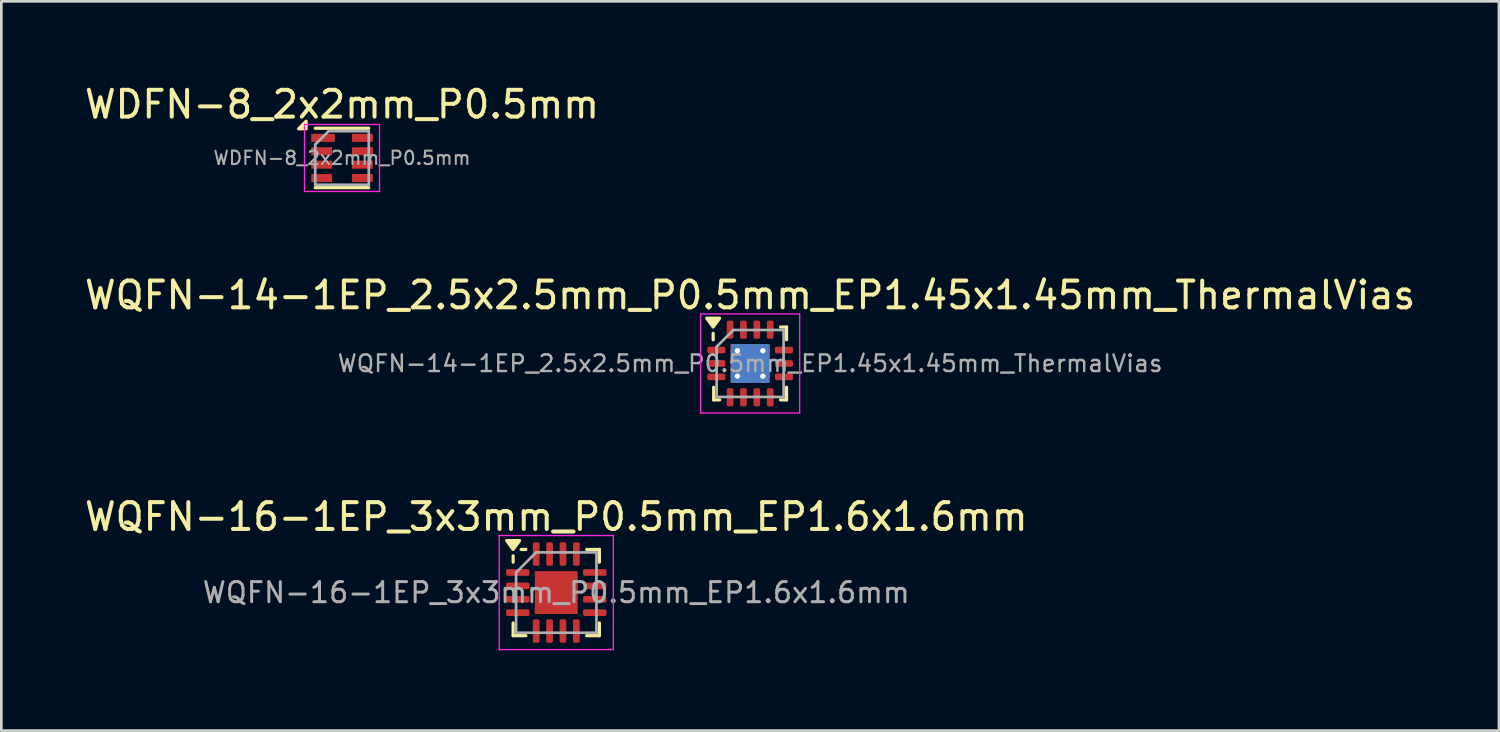
<source format=kicad_pcb>
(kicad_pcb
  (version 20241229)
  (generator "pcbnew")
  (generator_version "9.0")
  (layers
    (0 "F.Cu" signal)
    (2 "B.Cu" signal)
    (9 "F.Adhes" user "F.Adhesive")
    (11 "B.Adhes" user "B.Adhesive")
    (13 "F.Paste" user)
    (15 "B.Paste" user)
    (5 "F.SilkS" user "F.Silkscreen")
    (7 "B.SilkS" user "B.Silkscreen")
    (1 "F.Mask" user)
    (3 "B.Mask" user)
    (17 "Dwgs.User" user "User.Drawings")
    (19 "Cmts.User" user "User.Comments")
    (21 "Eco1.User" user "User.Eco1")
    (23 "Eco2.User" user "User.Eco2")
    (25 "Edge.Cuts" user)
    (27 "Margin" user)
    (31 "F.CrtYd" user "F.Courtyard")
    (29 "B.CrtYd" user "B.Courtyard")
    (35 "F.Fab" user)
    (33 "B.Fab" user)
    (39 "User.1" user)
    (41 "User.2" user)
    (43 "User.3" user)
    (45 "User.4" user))
  (footprint "WQFN-16-1EP_3x3mm_P0.5mm_EP1.6x1.6mm"
    (layer "F.Cu")
    (at 17.72 19.075)
    (property "Reference" "WQFN-16-1EP_3x3mm_P0.5mm_EP1.6x1.6mm" (at 0 -2.83 0) (layer "F.SilkS") (effects (font (size 1 1) (thickness 0.15))))
    (attr smd)
    (fp_line (start -1.61 -1.135) (end -1.61 -1.37) (stroke (width 0.12) (type solid)) (layer "F.SilkS"))
    (fp_line (start -1.61 1.61) (end -1.61 1.135) (stroke (width 0.12) (type solid)) (layer "F.SilkS"))
    (fp_line (start -1.135 -1.61) (end -1.31 -1.61) (stroke (width 0.12) (type solid)) (layer "F.SilkS"))
    (fp_line (start -1.135 1.61) (end -1.61 1.61) (stroke (width 0.12) (type solid)) (layer "F.SilkS"))
    (fp_line (start 1.135 -1.61) (end 1.61 -1.61) (stroke (width 0.12) (type solid)) (layer "F.SilkS"))
    (fp_line (start 1.135 1.61) (end 1.61 1.61) (stroke (width 0.12) (type solid)) (layer "F.SilkS"))
    (fp_line (start 1.61 -1.61) (end 1.61 -1.135) (stroke (width 0.12) (type solid)) (layer "F.SilkS"))
    (fp_line (start 1.61 1.61) (end 1.61 1.135) (stroke (width 0.12) (type solid)) (layer "F.SilkS"))
    (fp_poly (pts (xy -1.61 -1.61) (xy -1.85 -1.94) (xy -1.37 -1.94) (xy -1.61 -1.61)) (stroke (width 0.12) (type solid)) (fill yes) (layer "F.SilkS"))
    (fp_line (start -2.13 -2.13) (end -2.13 2.13) (stroke (width 0.05) (type solid)) (layer "F.CrtYd"))
    (fp_line (start -2.13 2.13) (end 2.13 2.13) (stroke (width 0.05) (type solid)) (layer "F.CrtYd"))
    (fp_line (start 2.13 -2.13) (end -2.13 -2.13) (stroke (width 0.05) (type solid)) (layer "F.CrtYd"))
    (fp_line (start 2.13 2.13) (end 2.13 -2.13) (stroke (width 0.05) (type solid)) (layer "F.CrtYd"))
    (fp_line (start -1.5 -0.75) (end -0.75 -1.5) (stroke (width 0.1) (type solid)) (layer "F.Fab"))
    (fp_line (start -1.5 1.5) (end -1.5 -0.75) (stroke (width 0.1) (type solid)) (layer "F.Fab"))
    (fp_line (start -0.75 -1.5) (end 1.5 -1.5) (stroke (width 0.1) (type solid)) (layer "F.Fab"))
    (fp_line (start 1.5 -1.5) (end 1.5 1.5) (stroke (width 0.1) (type solid)) (layer "F.Fab"))
    (fp_line (start 1.5 1.5) (end -1.5 1.5) (stroke (width 0.1) (type solid)) (layer "F.Fab"))
    (fp_text user "${REFERENCE}" (at 0 0 0) (layer "F.Fab") (effects (font (size 0.75 0.75) (thickness 0.11))))
    (pad "" smd roundrect (at -0.4 -0.4) (size 0.64 0.64) (layers "F.Paste") (roundrect_rratio 0.25))
    (pad "" smd roundrect (at -0.4 0.4) (size 0.64 0.64) (layers "F.Paste") (roundrect_rratio 0.25))
    (pad "" smd roundrect (at 0.4 -0.4) (size 0.64 0.64) (layers "F.Paste") (roundrect_rratio 0.25))
    (pad "" smd roundrect (at 0.4 0.4) (size 0.64 0.64) (layers "F.Paste") (roundrect_rratio 0.25))
    (pad "1" smd roundrect (at -1.438 -0.75) (size 0.875 0.25) (layers "F.Cu" "F.Mask" "F.Paste") (roundrect_rratio 0.25))
    (pad "2" smd roundrect (at -1.438 -0.25) (size 0.875 0.25) (layers "F.Cu" "F.Mask" "F.Paste") (roundrect_rratio 0.25))
    (pad "3" smd roundrect (at -1.438 0.25) (size 0.875 0.25) (layers "F.Cu" "F.Mask" "F.Paste") (roundrect_rratio 0.25))
    (pad "4" smd roundrect (at -1.438 0.75) (size 0.875 0.25) (layers "F.Cu" "F.Mask" "F.Paste") (roundrect_rratio 0.25))
    (pad "5" smd roundrect (at -0.75 1.438) (size 0.25 0.875) (layers "F.Cu" "F.Mask" "F.Paste") (roundrect_rratio 0.25))
    (pad "6" smd roundrect (at -0.25 1.438) (size 0.25 0.875) (layers "F.Cu" "F.Mask" "F.Paste") (roundrect_rratio 0.25))
    (pad "7" smd roundrect (at 0.25 1.438) (size 0.25 0.875) (layers "F.Cu" "F.Mask" "F.Paste") (roundrect_rratio 0.25))
    (pad "8" smd roundrect (at 0.75 1.438) (size 0.25 0.875) (layers "F.Cu" "F.Mask" "F.Paste") (roundrect_rratio 0.25))
    (pad "9" smd roundrect (at 1.438 0.75) (size 0.875 0.25) (layers "F.Cu" "F.Mask" "F.Paste") (roundrect_rratio 0.25))
    (pad "10" smd roundrect (at 1.438 0.25) (size 0.875 0.25) (layers "F.Cu" "F.Mask" "F.Paste") (roundrect_rratio 0.25))
    (pad "11" smd roundrect (at 1.438 -0.25) (size 0.875 0.25) (layers "F.Cu" "F.Mask" "F.Paste") (roundrect_rratio 0.25))
    (pad "12" smd roundrect (at 1.438 -0.75) (size 0.875 0.25) (layers "F.Cu" "F.Mask" "F.Paste") (roundrect_rratio 0.25))
    (pad "13" smd roundrect (at 0.75 -1.438) (size 0.25 0.875) (layers "F.Cu" "F.Mask" "F.Paste") (roundrect_rratio 0.25))
    (pad "14" smd roundrect (at 0.25 -1.438) (size 0.25 0.875) (layers "F.Cu" "F.Mask" "F.Paste") (roundrect_rratio 0.25))
    (pad "15" smd roundrect (at -0.25 -1.438) (size 0.25 0.875) (layers "F.Cu" "F.Mask" "F.Paste") (roundrect_rratio 0.25))
    (pad "16" smd roundrect (at -0.75 -1.438) (size 0.25 0.875) (layers "F.Cu" "F.Mask" "F.Paste") (roundrect_rratio 0.25))
    (pad "17" smd rect (at 0 0) (size 1.6 1.6) (property pad_prop_heatsink) (layers "F.Cu" "F.Mask")))
  (footprint "WDFN-8_2x2mm_P0.5mm"
    (layer "F.Cu")
    (at 9.72 2.848)
    (property "Reference" "WDFN-8_2x2mm_P0.5mm" (at 0 -2 0) (layer "F.SilkS") (effects (font (size 1 1) (thickness 0.15))))
    (attr smd)
    (fp_line (start -1 -1.11) (end 1 -1.11) (stroke (width 0.12) (type solid)) (layer "F.SilkS"))
    (fp_line (start -1 1.11) (end 1 1.11) (stroke (width 0.12) (type solid)) (layer "F.SilkS"))
    (fp_poly (pts (xy -1.34 -1.09) (xy -1.62 -1.09) (xy -1.34 -1.37) (xy -1.34 -1.09)) (stroke (width 0.12) (type solid)) (fill yes) (layer "F.SilkS"))
    (fp_line (start -1.4 -1.25) (end -1.4 1.25) (stroke (width 0.05) (type solid)) (layer "F.CrtYd"))
    (fp_line (start -1.4 -1.25) (end 1.4 -1.25) (stroke (width 0.05) (type solid)) (layer "F.CrtYd"))
    (fp_line (start -1.4 1.25) (end 1.4 1.25) (stroke (width 0.05) (type solid)) (layer "F.CrtYd"))
    (fp_line (start 1.4 -1.25) (end 1.4 1.25) (stroke (width 0.05) (type solid)) (layer "F.CrtYd"))
    (fp_line (start -1 -0.5) (end -0.5 -1) (stroke (width 0.1) (type solid)) (layer "F.Fab"))
    (fp_line (start -1 1) (end -1 -0.5) (stroke (width 0.1) (type solid)) (layer "F.Fab"))
    (fp_line (start -0.5 -1) (end 1 -1) (stroke (width 0.1) (type solid)) (layer "F.Fab"))
    (fp_line (start 1 -1) (end 1 1) (stroke (width 0.1) (type solid)) (layer "F.Fab"))
    (fp_line (start 1 1) (end -1 1) (stroke (width 0.1) (type solid)) (layer "F.Fab"))
    (fp_text user "${REFERENCE}" (at 0 0 0) (layer "F.Fab") (effects (font (size 0.5 0.5) (thickness 0.075))))
    (pad "1" smd rect (at -0.71 -0.75) (size 0.88 0.3) (layers "F.Cu" "F.Mask" "F.Paste"))
    (pad "2" smd rect (at -0.76 -0.25) (size 0.78 0.3) (layers "F.Cu" "F.Mask" "F.Paste"))
    (pad "3" smd rect (at -0.76 0.25) (size 0.78 0.3) (layers "F.Cu" "F.Mask" "F.Paste"))
    (pad "4" smd rect (at -0.76 0.75) (size 0.78 0.3) (layers "F.Cu" "F.Mask" "F.Paste"))
    (pad "5" smd rect (at 0.76 0.75) (size 0.78 0.3) (layers "F.Cu" "F.Mask" "F.Paste"))
    (pad "6" smd rect (at 0.76 0.25) (size 0.78 0.3) (layers "F.Cu" "F.Mask" "F.Paste"))
    (pad "7" smd rect (at 0.76 -0.25) (size 0.78 0.3) (layers "F.Cu" "F.Mask" "F.Paste"))
    (pad "8" smd rect (at 0.76 -0.75) (size 0.78 0.3) (layers "F.Cu" "F.Mask" "F.Paste")))
  (footprint "WQFN-14-1EP_2.5x2.5mm_P0.5mm_EP1.45x1.45mm_ThermalVias"
    (layer "F.Cu")
    (at 24.958 10.521)
    (property "Reference" "WQFN-14-1EP_2.5x2.5mm_P0.5mm_EP1.45x1.45mm_ThermalVias" (at 0 -2.55 0) (layer "F.SilkS") (effects (font (size 1 1) (thickness 0.15))))
    (attr smd)
    (fp_line (start -1.38 -0.885) (end -1.38 -1.12) (stroke (width 0.12) (type solid)) (layer "F.SilkS"))
    (fp_line (start -1.36 1.36) (end -1.36 0.885) (stroke (width 0.12) (type solid)) (layer "F.SilkS"))
    (fp_line (start -1.135 1.36) (end -1.36 1.36) (stroke (width 0.12) (type solid)) (layer "F.SilkS"))
    (fp_line (start 1.135 -1.36) (end 1.36 -1.36) (stroke (width 0.12) (type solid)) (layer "F.SilkS"))
    (fp_line (start 1.135 1.36) (end 1.36 1.36) (stroke (width 0.12) (type solid)) (layer "F.SilkS"))
    (fp_line (start 1.36 -1.36) (end 1.36 -0.885) (stroke (width 0.12) (type solid)) (layer "F.SilkS"))
    (fp_line (start 1.36 1.36) (end 1.36 0.885) (stroke (width 0.12) (type solid)) (layer "F.SilkS"))
    (fp_poly (pts (xy -1.38 -1.36) (xy -1.62 -1.69) (xy -1.14 -1.69) (xy -1.38 -1.36)) (stroke (width 0.12) (type solid)) (fill yes) (layer "F.SilkS"))
    (fp_line (start -1.85 -1.85) (end -1.85 1.85) (stroke (width 0.05) (type solid)) (layer "F.CrtYd"))
    (fp_line (start -1.85 1.85) (end 1.85 1.85) (stroke (width 0.05) (type solid)) (layer "F.CrtYd"))
    (fp_line (start 1.85 -1.85) (end -1.85 -1.85) (stroke (width 0.05) (type solid)) (layer "F.CrtYd"))
    (fp_line (start 1.85 1.85) (end 1.85 -1.85) (stroke (width 0.05) (type solid)) (layer "F.CrtYd"))
    (fp_line (start -1.25 -0.625) (end -0.625 -1.25) (stroke (width 0.1) (type solid)) (layer "F.Fab"))
    (fp_line (start -1.25 1.25) (end -1.25 -0.625) (stroke (width 0.1) (type solid)) (layer "F.Fab"))
    (fp_line (start -0.625 -1.25) (end 1.25 -1.25) (stroke (width 0.1) (type solid)) (layer "F.Fab"))
    (fp_line (start 1.25 -1.25) (end 1.25 1.25) (stroke (width 0.1) (type solid)) (layer "F.Fab"))
    (fp_line (start 1.25 1.25) (end -1.25 1.25) (stroke (width 0.1) (type solid)) (layer "F.Fab"))
    (fp_text user "${REFERENCE}" (at 0 0 0) (layer "F.Fab") (effects (font (size 0.62 0.62) (thickness 0.09))))
    (pad "" smd roundrect (at -0.36 -0.36) (size 0.61 0.61) (layers "F.Paste") (roundrect_rratio 0.25))
    (pad "" smd roundrect (at -0.36 0.36) (size 0.61 0.61) (layers "F.Paste") (roundrect_rratio 0.25))
    (pad "" smd roundrect (at 0.36 -0.36) (size 0.61 0.61) (layers "F.Paste") (roundrect_rratio 0.25))
    (pad "" smd roundrect (at 0.36 0.36) (size 0.61 0.61) (layers "F.Paste") (roundrect_rratio 0.25))
    (pad "1" smd roundrect (at -1.262 -0.5) (size 0.675 0.25) (layers "F.Cu" "F.Mask" "F.Paste") (roundrect_rratio 0.25))
    (pad "2" smd roundrect (at -1.262 0) (size 0.675 0.25) (layers "F.Cu" "F.Mask" "F.Paste") (roundrect_rratio 0.25))
    (pad "3" smd roundrect (at -1.262 0.5) (size 0.675 0.25) (layers "F.Cu" "F.Mask" "F.Paste") (roundrect_rratio 0.25))
    (pad "4" smd roundrect (at -0.75 1.262) (size 0.25 0.675) (layers "F.Cu" "F.Mask" "F.Paste") (roundrect_rratio 0.25))
    (pad "5" smd roundrect (at -0.25 1.262) (size 0.25 0.675) (layers "F.Cu" "F.Mask" "F.Paste") (roundrect_rratio 0.25))
    (pad "6" smd roundrect (at 0.25 1.262) (size 0.25 0.675) (layers "F.Cu" "F.Mask" "F.Paste") (roundrect_rratio 0.25))
    (pad "7" smd roundrect (at 0.75 1.262) (size 0.25 0.675) (layers "F.Cu" "F.Mask" "F.Paste") (roundrect_rratio 0.25))
    (pad "8" smd roundrect (at 1.262 0.5) (size 0.675 0.25) (layers "F.Cu" "F.Mask" "F.Paste") (roundrect_rratio 0.25))
    (pad "9" smd roundrect (at 1.262 0) (size 0.675 0.25) (layers "F.Cu" "F.Mask" "F.Paste") (roundrect_rratio 0.25))
    (pad "10" smd roundrect (at 1.262 -0.5) (size 0.675 0.25) (layers "F.Cu" "F.Mask" "F.Paste") (roundrect_rratio 0.25))
    (pad "11" smd roundrect (at 0.75 -1.262) (size 0.25 0.675) (layers "F.Cu" "F.Mask" "F.Paste") (roundrect_rratio 0.25))
    (pad "12" smd roundrect (at 0.25 -1.262) (size 0.25 0.675) (layers "F.Cu" "F.Mask" "F.Paste") (roundrect_rratio 0.25))
    (pad "13" smd roundrect (at -0.25 -1.262) (size 0.25 0.675) (layers "F.Cu" "F.Mask" "F.Paste") (roundrect_rratio 0.25))
    (pad "14" smd roundrect (at -0.75 -1.262) (size 0.25 0.675) (layers "F.Cu" "F.Mask" "F.Paste") (roundrect_rratio 0.25))
    (pad "15" thru_hole circle (at -0.475 -0.475) (size 0.5 0.5) (drill 0.2) (property pad_prop_heatsink) (layers "*.Cu"))
    (pad "15" thru_hole circle (at -0.475 0.475) (size 0.5 0.5) (drill 0.2) (property pad_prop_heatsink) (layers "*.Cu"))
    (pad "15" smd rect (at 0 0) (size 1.45 1.45) (property pad_prop_heatsink) (layers "F.Cu" "F.Mask"))
    (pad "15" smd rect (at 0 0) (size 1.45 1.45) (property pad_prop_heatsink) (layers "B.Cu"))
    (pad "15" thru_hole circle (at 0.475 -0.475) (size 0.5 0.5) (drill 0.2) (property pad_prop_heatsink) (layers "*.Cu"))
    (pad "15" thru_hole circle (at 0.475 0.475) (size 0.5 0.5) (drill 0.2) (property pad_prop_heatsink) (layers "*.Cu")))
  (gr_rect
    (start -3 -3)
    (end 52.917 24.23)
    (stroke (width 0.1) (type default))
    (fill no)
    (layer "Edge.Cuts")))
</source>
